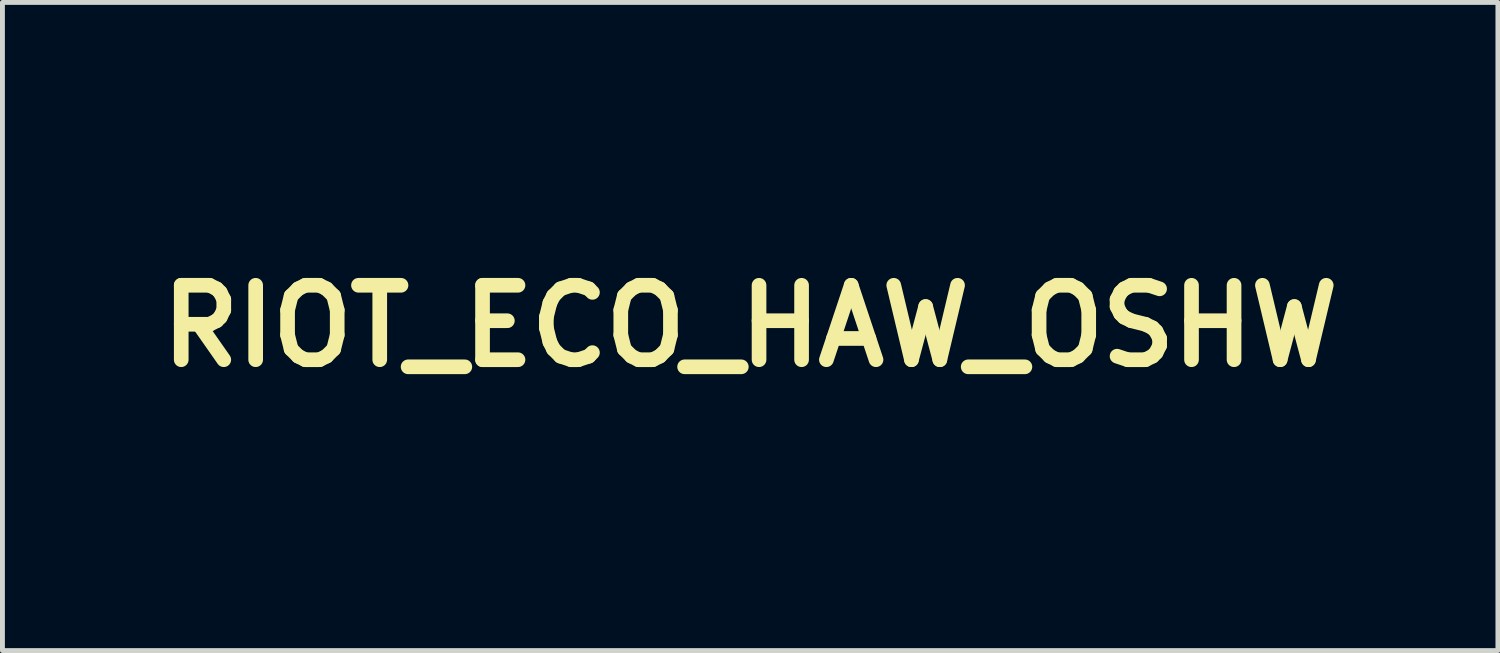
<source format=kicad_pcb>
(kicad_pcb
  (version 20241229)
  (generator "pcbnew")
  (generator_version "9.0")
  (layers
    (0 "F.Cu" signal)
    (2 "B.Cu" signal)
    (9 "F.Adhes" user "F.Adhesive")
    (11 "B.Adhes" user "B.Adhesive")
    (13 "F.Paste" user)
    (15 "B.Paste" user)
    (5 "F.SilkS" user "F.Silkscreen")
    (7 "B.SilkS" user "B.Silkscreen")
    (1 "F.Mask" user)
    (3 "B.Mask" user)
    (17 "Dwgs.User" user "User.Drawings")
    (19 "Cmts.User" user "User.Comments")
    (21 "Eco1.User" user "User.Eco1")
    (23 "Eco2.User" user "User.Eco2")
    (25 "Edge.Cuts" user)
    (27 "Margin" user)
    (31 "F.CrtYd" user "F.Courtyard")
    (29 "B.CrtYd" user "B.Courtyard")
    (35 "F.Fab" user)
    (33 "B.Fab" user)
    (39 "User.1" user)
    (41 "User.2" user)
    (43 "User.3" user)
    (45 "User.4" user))
  (footprint "RIOT_ECO_HAW_OSHW"
    (layer "F.Cu")
    (at 12.308 3.625)
    (property "Reference" "RIOT_ECO_HAW_OSHW" (at 0 0 0) (layer "F.SilkS") (effects (font (size 1.524 1.524) (thickness 0.3))))
    (attr through_hole)
    (fp_poly (pts (xy 1.292 -0.739) (xy 0.29 -0.739) (xy 0.29 -0.831) (xy 1.292 -0.831) (xy 1.292 -0.739)) (stroke (width 0.01) (type solid)) (fill yes) (layer "F.Mask"))
    (fp_poly (pts (xy 1.292 -0.369) (xy 0.29 -0.369) (xy 0.29 -0.462) (xy 1.292 -0.462) (xy 1.292 -0.369)) (stroke (width 0.01) (type solid)) (fill yes) (layer "F.Mask"))
    (fp_poly (pts (xy 1.292 0) (xy 0.29 0) (xy 0.29 -0.092) (xy 1.292 -0.092) (xy 1.292 0)) (stroke (width 0.01) (type solid)) (fill yes) (layer "F.Mask"))
    (fp_poly (pts (xy 1.292 0.369) (xy 0.29 0.369) (xy 0.29 0.277) (xy 1.292 0.277) (xy 1.292 0.369)) (stroke (width 0.01) (type solid)) (fill yes) (layer "F.Mask"))
    (fp_poly (pts (xy 1.662 -0.554) (xy 0.659 -0.554) (xy 0.659 -0.646) (xy 1.662 -0.646) (xy 1.662 -0.554)) (stroke (width 0.01) (type solid)) (fill yes) (layer "F.Mask"))
    (fp_poly (pts (xy 1.662 -0.185) (xy 0.659 -0.185) (xy 0.659 -0.277) (xy 1.662 -0.277) (xy 1.662 -0.185)) (stroke (width 0.01) (type solid)) (fill yes) (layer "F.Mask"))
    (fp_poly (pts (xy 1.662 0.185) (xy 0.659 0.185) (xy 0.659 0.092) (xy 1.662 0.092) (xy 1.662 0.185)) (stroke (width 0.01) (type solid)) (fill yes) (layer "F.Mask"))
    (fp_poly (pts (xy 1.662 0.554) (xy 0.659 0.554) (xy 0.659 0.462) (xy 1.662 0.462) (xy 1.662 0.554)) (stroke (width 0.01) (type solid)) (fill yes) (layer "F.Mask"))
    (fp_poly (pts (xy 2.126 -0.003) (xy 2.13 0.086) (xy 2.219 0.09) (xy 2.308 0.094) (xy 2.308 -0.092) (xy 2.413 -0.092) (xy 2.413 0.369) (xy 2.308 0.369) (xy 2.308 0.171) (xy 2.123 0.171) (xy 2.123 0.369) (xy 2.031 0.369) (xy 2.031 -0.092) (xy 2.122 -0.092) (xy 2.126 -0.003)) (stroke (width 0.01) (type solid)) (fill yes) (layer "F.Mask"))
    (fp_poly (pts (xy 2.413 -0.369) (xy 2.308 -0.369) (xy 2.308 -0.567) (xy 2.123 -0.567) (xy 2.123 -0.369) (xy 2.031 -0.369) (xy 2.031 -0.831) (xy 2.122 -0.831) (xy 2.126 -0.742) (xy 2.13 -0.653) (xy 2.218 -0.649) (xy 2.307 -0.645) (xy 2.314 -0.824) (xy 2.364 -0.828) (xy 2.413 -0.832) (xy 2.413 -0.369)) (stroke (width 0.01) (type solid)) (fill yes) (layer "F.Mask"))
    (fp_poly (pts (xy 1.253 3.238) (xy 1.278 3.27) (xy 1.31 3.314) (xy 1.342 3.366) (xy 1.374 3.418) (xy 1.4 3.466) (xy 1.418 3.504) (xy 1.424 3.526) (xy 1.418 3.557) (xy 1.408 3.571) (xy 1.38 3.585) (xy 1.346 3.584) (xy 1.322 3.571) (xy 1.305 3.545) (xy 1.281 3.504) (xy 1.254 3.454) (xy 1.227 3.4) (xy 1.203 3.349) (xy 1.184 3.307) (xy 1.175 3.28) (xy 1.174 3.274) (xy 1.184 3.242) (xy 1.209 3.223) (xy 1.236 3.223) (xy 1.253 3.238)) (stroke (width 0.01) (type solid)) (fill yes) (layer "F.Mask"))
    (fp_poly (pts (xy -5.565 -0.046) (xy -5.749 -0.051) (xy -5.933 -0.056) (xy -5.941 -0.011) (xy -5.945 0.024) (xy -5.946 0.075) (xy -5.945 0.131) (xy -5.945 0.137) (xy -5.941 0.241) (xy -5.789 0.238) (xy -5.636 0.236) (xy -5.641 0.28) (xy -5.647 0.323) (xy -5.797 0.318) (xy -5.948 0.314) (xy -5.948 0.457) (xy -5.947 0.519) (xy -5.945 0.574) (xy -5.942 0.615) (xy -5.939 0.632) (xy -5.93 0.663) (xy -5.741 0.655) (xy -5.552 0.647) (xy -5.552 0.752) (xy -6.126 0.752) (xy -6.126 -0.138) (xy -5.565 -0.138) (xy -5.565 -0.046)) (stroke (width 0.01) (type solid)) (fill yes) (layer "F.Mask"))
    (fp_poly (pts (xy 2.552 3.02) (xy 2.549 3.041) (xy 2.535 3.052) (xy 2.503 3.057) (xy 2.496 3.057) (xy 2.44 3.061) (xy 2.44 3.308) (xy 2.439 3.407) (xy 2.437 3.48) (xy 2.434 3.531) (xy 2.429 3.562) (xy 2.424 3.571) (xy 2.403 3.586) (xy 2.382 3.579) (xy 2.368 3.566) (xy 2.361 3.555) (xy 2.355 3.536) (xy 2.351 3.505) (xy 2.349 3.459) (xy 2.348 3.394) (xy 2.347 3.306) (xy 2.347 3.061) (xy 2.298 3.057) (xy 2.265 3.052) (xy 2.251 3.04) (xy 2.249 3.02) (xy 2.249 2.987) (xy 2.552 2.987) (xy 2.552 3.02)) (stroke (width 0.01) (type solid)) (fill yes) (layer "F.Mask"))
    (fp_poly (pts (xy 1.66 2.973) (xy 1.672 2.983) (xy 1.678 2.998) (xy 1.683 3.032) (xy 1.686 3.087) (xy 1.687 3.163) (xy 1.688 3.264) (xy 1.688 3.277) (xy 1.688 3.381) (xy 1.686 3.46) (xy 1.683 3.517) (xy 1.679 3.553) (xy 1.673 3.57) (xy 1.672 3.571) (xy 1.651 3.586) (xy 1.63 3.579) (xy 1.616 3.566) (xy 1.609 3.556) (xy 1.604 3.537) (xy 1.6 3.508) (xy 1.598 3.464) (xy 1.596 3.403) (xy 1.596 3.32) (xy 1.596 3.277) (xy 1.596 3.184) (xy 1.597 3.114) (xy 1.599 3.063) (xy 1.602 3.028) (xy 1.607 3.005) (xy 1.613 2.992) (xy 1.616 2.988) (xy 1.641 2.97) (xy 1.66 2.973)) (stroke (width 0.01) (type solid)) (fill yes) (layer "F.Mask"))
    (fp_poly (pts (xy 3.168 -0.09) (xy 3.236 -0.086) (xy 3.29 0.086) (xy 3.31 0.147) (xy 3.328 0.196) (xy 3.342 0.23) (xy 3.35 0.244) (xy 3.352 0.244) (xy 3.358 0.227) (xy 3.371 0.19) (xy 3.388 0.138) (xy 3.407 0.077) (xy 3.41 0.069) (xy 3.46 -0.094) (xy 3.527 -0.09) (xy 3.594 -0.086) (xy 3.594 0.363) (xy 3.551 0.367) (xy 3.508 0.371) (xy 3.506 0.007) (xy 3.447 0.188) (xy 3.388 0.369) (xy 3.299 0.369) (xy 3.258 0.234) (xy 3.233 0.153) (xy 3.215 0.095) (xy 3.202 0.055) (xy 3.194 0.03) (xy 3.19 0.017) (xy 3.187 0.013) (xy 3.187 0.013) (xy 3.187 0.026) (xy 3.187 0.059) (xy 3.187 0.11) (xy 3.189 0.173) (xy 3.189 0.191) (xy 3.194 0.369) (xy 3.099 0.369) (xy 3.099 -0.094) (xy 3.168 -0.09)) (stroke (width 0.01) (type solid)) (fill yes) (layer "F.Mask"))
    (fp_poly (pts (xy 4.352 0.077) (xy 4.353 0.157) (xy 4.357 0.214) (xy 4.366 0.253) (xy 4.381 0.276) (xy 4.404 0.287) (xy 4.435 0.29) (xy 4.44 0.29) (xy 4.473 0.288) (xy 4.498 0.279) (xy 4.514 0.26) (xy 4.524 0.227) (xy 4.53 0.176) (xy 4.534 0.103) (xy 4.534 0.08) (xy 4.539 -0.092) (xy 4.629 -0.092) (xy 4.629 0.08) (xy 4.628 0.165) (xy 4.623 0.229) (xy 4.614 0.274) (xy 4.599 0.307) (xy 4.576 0.33) (xy 4.545 0.348) (xy 4.545 0.348) (xy 4.486 0.365) (xy 4.42 0.368) (xy 4.359 0.357) (xy 4.33 0.344) (xy 4.298 0.319) (xy 4.275 0.294) (xy 4.274 0.292) (xy 4.268 0.269) (xy 4.264 0.224) (xy 4.261 0.165) (xy 4.26 0.095) (xy 4.26 0.087) (xy 4.26 -0.092) (xy 4.352 -0.092) (xy 4.352 0.077)) (stroke (width 0.01) (type solid)) (fill yes) (layer "F.Mask"))
    (fp_poly (pts (xy 2.844 -0.748) (xy 2.86 -0.701) (xy 2.882 -0.639) (xy 2.906 -0.569) (xy 2.925 -0.517) (xy 2.978 -0.368) (xy 2.924 -0.372) (xy 2.888 -0.376) (xy 2.87 -0.388) (xy 2.86 -0.415) (xy 2.858 -0.425) (xy 2.846 -0.475) (xy 2.667 -0.475) (xy 2.655 -0.425) (xy 2.645 -0.394) (xy 2.63 -0.379) (xy 2.6 -0.373) (xy 2.589 -0.372) (xy 2.535 -0.368) (xy 2.594 -0.537) (xy 2.605 -0.567) (xy 2.704 -0.567) (xy 2.715 -0.559) (xy 2.744 -0.554) (xy 2.756 -0.554) (xy 2.789 -0.557) (xy 2.808 -0.564) (xy 2.809 -0.567) (xy 2.806 -0.591) (xy 2.797 -0.627) (xy 2.785 -0.667) (xy 2.772 -0.705) (xy 2.762 -0.731) (xy 2.756 -0.739) (xy 2.749 -0.727) (xy 2.738 -0.698) (xy 2.725 -0.659) (xy 2.714 -0.619) (xy 2.706 -0.585) (xy 2.704 -0.567) (xy 2.605 -0.567) (xy 2.618 -0.605) (xy 2.641 -0.671) (xy 2.661 -0.727) (xy 2.674 -0.765) (xy 2.675 -0.768) (xy 2.695 -0.831) (xy 2.817 -0.831) (xy 2.844 -0.748)) (stroke (width 0.01) (type solid)) (fill yes) (layer "F.Mask"))
    (fp_poly (pts (xy 2.838 -0.03) (xy 2.85 0.007) (xy 2.869 0.061) (xy 2.892 0.126) (xy 2.916 0.195) (xy 2.919 0.201) (xy 2.979 0.369) (xy 2.927 0.369) (xy 2.894 0.367) (xy 2.876 0.356) (xy 2.864 0.329) (xy 2.86 0.317) (xy 2.844 0.264) (xy 2.668 0.264) (xy 2.652 0.317) (xy 2.64 0.35) (xy 2.625 0.365) (xy 2.598 0.369) (xy 2.585 0.369) (xy 2.534 0.369) (xy 2.594 0.201) (xy 2.607 0.165) (xy 2.704 0.165) (xy 2.715 0.169) (xy 2.744 0.171) (xy 2.756 0.171) (xy 2.789 0.169) (xy 2.808 0.164) (xy 2.809 0.162) (xy 2.805 0.14) (xy 2.796 0.105) (xy 2.784 0.066) (xy 2.771 0.03) (xy 2.761 0.006) (xy 2.757 0) (xy 2.75 0.011) (xy 2.739 0.04) (xy 2.726 0.078) (xy 2.714 0.117) (xy 2.706 0.15) (xy 2.704 0.165) (xy 2.607 0.165) (xy 2.618 0.133) (xy 2.641 0.067) (xy 2.661 0.011) (xy 2.674 -0.027) (xy 2.675 -0.03) (xy 2.695 -0.092) (xy 2.817 -0.092) (xy 2.838 -0.03)) (stroke (width 0.01) (type solid)) (fill yes) (layer "F.Mask"))
    (fp_poly (pts (xy 4.98 -0.086) (xy 5.044 -0.066) (xy 5.089 -0.033) (xy 5.098 -0.021) (xy 5.114 0.026) (xy 5.109 0.077) (xy 5.086 0.125) (xy 5.07 0.142) (xy 5.035 0.173) (xy 5.096 0.264) (xy 5.124 0.307) (xy 5.145 0.341) (xy 5.156 0.36) (xy 5.156 0.363) (xy 5.145 0.367) (xy 5.116 0.369) (xy 5.107 0.369) (xy 5.081 0.368) (xy 5.062 0.36) (xy 5.044 0.342) (xy 5.021 0.309) (xy 5.004 0.28) (xy 4.969 0.228) (xy 4.942 0.198) (xy 4.925 0.191) (xy 4.911 0.194) (xy 4.903 0.207) (xy 4.898 0.236) (xy 4.895 0.28) (xy 4.892 0.369) (xy 4.8 0.369) (xy 4.8 0.044) (xy 4.893 0.044) (xy 4.895 0.081) (xy 4.9 0.106) (xy 4.902 0.11) (xy 4.923 0.115) (xy 4.955 0.11) (xy 4.987 0.098) (xy 5.008 0.082) (xy 5.022 0.06) (xy 5.025 0.05) (xy 5.013 0.027) (xy 4.986 0.005) (xy 4.952 -0.01) (xy 4.932 -0.013) (xy 4.908 -0.011) (xy 4.896 -0.001) (xy 4.893 0.025) (xy 4.893 0.044) (xy 4.8 0.044) (xy 4.8 -0.092) (xy 4.893 -0.092) (xy 4.98 -0.086)) (stroke (width 0.01) (type solid)) (fill yes) (layer "F.Mask"))
    (fp_poly (pts (xy 3.867 -0.092) (xy 3.953 -0.088) (xy 4.018 -0.076) (xy 4.06 -0.056) (xy 4.075 -0.04) (xy 4.087 0.002) (xy 4.087 0.047) (xy 4.074 0.087) (xy 4.063 0.101) (xy 4.046 0.117) (xy 4.048 0.13) (xy 4.069 0.148) (xy 4.095 0.183) (xy 4.104 0.23) (xy 4.096 0.278) (xy 4.072 0.318) (xy 4.068 0.322) (xy 4.038 0.344) (xy 4 0.359) (xy 3.948 0.366) (xy 3.876 0.369) (xy 3.862 0.369) (xy 3.772 0.369) (xy 3.772 0.171) (xy 3.864 0.171) (xy 3.864 0.29) (xy 3.912 0.29) (xy 3.952 0.284) (xy 3.983 0.27) (xy 3.985 0.268) (xy 4.008 0.236) (xy 4.007 0.207) (xy 3.985 0.185) (xy 3.943 0.173) (xy 3.921 0.171) (xy 3.864 0.171) (xy 3.772 0.171) (xy 3.772 0.04) (xy 3.864 0.04) (xy 3.866 0.073) (xy 3.874 0.088) (xy 3.895 0.092) (xy 3.905 0.092) (xy 3.943 0.088) (xy 3.97 0.079) (xy 3.992 0.055) (xy 3.993 0.023) (xy 3.98 0.003) (xy 3.957 -0.008) (xy 3.921 -0.013) (xy 3.914 -0.013) (xy 3.882 -0.012) (xy 3.868 -0.003) (xy 3.864 0.022) (xy 3.864 0.04) (xy 3.772 0.04) (xy 3.772 -0.092) (xy 3.867 -0.092)) (stroke (width 0.01) (type solid)) (fill yes) (layer "F.Mask"))
    (fp_poly (pts (xy 3.335 -0.828) (xy 3.382 -0.824) (xy 3.423 -0.662) (xy 3.439 -0.601) (xy 3.454 -0.549) (xy 3.465 -0.512) (xy 3.471 -0.494) (xy 3.471 -0.494) (xy 3.477 -0.501) (xy 3.484 -0.526) (xy 3.486 -0.535) (xy 3.492 -0.57) (xy 3.503 -0.621) (xy 3.516 -0.681) (xy 3.522 -0.707) (xy 3.551 -0.831) (xy 3.595 -0.831) (xy 3.625 -0.828) (xy 3.64 -0.822) (xy 3.64 -0.821) (xy 3.637 -0.806) (xy 3.629 -0.769) (xy 3.616 -0.715) (xy 3.599 -0.65) (xy 3.584 -0.59) (xy 3.528 -0.369) (xy 3.42 -0.369) (xy 3.384 -0.511) (xy 3.368 -0.571) (xy 3.354 -0.623) (xy 3.344 -0.66) (xy 3.339 -0.676) (xy 3.332 -0.674) (xy 3.322 -0.648) (xy 3.308 -0.6) (xy 3.291 -0.534) (xy 3.253 -0.369) (xy 3.143 -0.369) (xy 3.088 -0.579) (xy 3.07 -0.65) (xy 3.054 -0.715) (xy 3.042 -0.766) (xy 3.035 -0.8) (xy 3.033 -0.81) (xy 3.04 -0.826) (xy 3.063 -0.829) (xy 3.075 -0.828) (xy 3.092 -0.827) (xy 3.104 -0.823) (xy 3.114 -0.813) (xy 3.124 -0.794) (xy 3.134 -0.761) (xy 3.146 -0.712) (xy 3.162 -0.642) (xy 3.171 -0.603) (xy 3.2 -0.474) (xy 3.244 -0.653) (xy 3.289 -0.832) (xy 3.335 -0.828)) (stroke (width 0.01) (type solid)) (fill yes) (layer "F.Mask"))
    (fp_poly (pts (xy 5.544 -0.085) (xy 5.585 -0.082) (xy 5.609 -0.078) (xy 5.612 -0.076) (xy 5.616 -0.058) (xy 5.613 -0.034) (xy 5.606 -0.015) (xy 5.593 -0.006) (xy 5.566 -0.006) (xy 5.54 -0.009) (xy 5.494 -0.012) (xy 5.453 -0.01) (xy 5.441 -0.008) (xy 5.404 0.014) (xy 5.376 0.054) (xy 5.359 0.106) (xy 5.355 0.163) (xy 5.366 0.218) (xy 5.374 0.236) (xy 5.394 0.267) (xy 5.422 0.283) (xy 5.465 0.29) (xy 5.488 0.29) (xy 5.541 0.29) (xy 5.536 0.241) (xy 5.531 0.208) (xy 5.519 0.193) (xy 5.491 0.187) (xy 5.489 0.187) (xy 5.46 0.181) (xy 5.448 0.166) (xy 5.447 0.144) (xy 5.447 0.106) (xy 5.631 0.106) (xy 5.631 0.223) (xy 5.629 0.29) (xy 5.624 0.333) (xy 5.616 0.351) (xy 5.595 0.356) (xy 5.557 0.361) (xy 5.507 0.365) (xy 5.5 0.366) (xy 5.44 0.367) (xy 5.397 0.362) (xy 5.363 0.351) (xy 5.355 0.347) (xy 5.306 0.31) (xy 5.275 0.259) (xy 5.259 0.189) (xy 5.257 0.147) (xy 5.263 0.068) (xy 5.286 0.006) (xy 5.328 -0.044) (xy 5.345 -0.058) (xy 5.369 -0.072) (xy 5.398 -0.081) (xy 5.44 -0.085) (xy 5.493 -0.086) (xy 5.544 -0.085)) (stroke (width 0.01) (type solid)) (fill yes) (layer "F.Mask"))
    (fp_poly (pts (xy 2.029 2.979) (xy 2.035 2.982) (xy 2.073 2.997) (xy 2.101 3.016) (xy 2.12 3.043) (xy 2.133 3.08) (xy 2.14 3.133) (xy 2.143 3.206) (xy 2.143 3.275) (xy 2.142 3.365) (xy 2.139 3.432) (xy 2.131 3.481) (xy 2.118 3.516) (xy 2.099 3.54) (xy 2.072 3.558) (xy 2.05 3.568) (xy 2.01 3.583) (xy 1.979 3.585) (xy 1.945 3.573) (xy 1.925 3.564) (xy 1.891 3.543) (xy 1.866 3.515) (xy 1.85 3.477) (xy 1.839 3.424) (xy 1.834 3.352) (xy 1.833 3.277) (xy 1.833 3.275) (xy 1.925 3.275) (xy 1.926 3.349) (xy 1.928 3.4) (xy 1.932 3.435) (xy 1.939 3.457) (xy 1.947 3.471) (xy 1.98 3.492) (xy 2.013 3.488) (xy 2.037 3.465) (xy 2.046 3.445) (xy 2.052 3.414) (xy 2.056 3.366) (xy 2.057 3.298) (xy 2.057 3.277) (xy 2.056 3.203) (xy 2.054 3.151) (xy 2.048 3.116) (xy 2.04 3.093) (xy 2.037 3.089) (xy 2.008 3.064) (xy 1.975 3.064) (xy 1.95 3.081) (xy 1.94 3.094) (xy 1.933 3.112) (xy 1.928 3.14) (xy 1.926 3.185) (xy 1.925 3.249) (xy 1.925 3.275) (xy 1.833 3.275) (xy 1.835 3.188) (xy 1.84 3.121) (xy 1.851 3.071) (xy 1.869 3.035) (xy 1.896 3.009) (xy 1.931 2.988) (xy 1.967 2.973) (xy 1.995 2.97) (xy 2.029 2.979)) (stroke (width 0.01) (type solid)) (fill yes) (layer "F.Mask"))
    (fp_poly (pts (xy -3.8 -0.146) (xy -3.735 -0.138) (xy -3.674 -0.128) (xy -3.623 -0.115) (xy -3.586 -0.102) (xy -3.568 -0.088) (xy -3.568 -0.086) (xy -3.572 -0.032) (xy -3.58 0.019) (xy -3.59 0.061) (xy -3.601 0.087) (xy -3.608 0.092) (xy -3.625 0.085) (xy -3.627 0.08) (xy -3.637 0.057) (xy -3.663 0.026) (xy -3.698 -0.007) (xy -3.736 -0.034) (xy -3.75 -0.042) (xy -3.817 -0.065) (xy -3.891 -0.072) (xy -3.961 -0.063) (xy -4.013 -0.042) (xy -4.065 0.006) (xy -4.106 0.072) (xy -4.134 0.151) (xy -4.148 0.24) (xy -4.15 0.332) (xy -4.137 0.422) (xy -4.109 0.506) (xy -4.073 0.569) (xy -4.025 0.615) (xy -3.962 0.645) (xy -3.888 0.658) (xy -3.808 0.656) (xy -3.729 0.636) (xy -3.655 0.601) (xy -3.614 0.571) (xy -3.58 0.544) (xy -3.56 0.535) (xy -3.548 0.539) (xy -3.547 0.542) (xy -3.536 0.566) (xy -3.541 0.589) (xy -3.565 0.615) (xy -3.59 0.637) (xy -3.657 0.686) (xy -3.717 0.718) (xy -3.781 0.737) (xy -3.858 0.746) (xy -3.89 0.747) (xy -3.949 0.748) (xy -4.001 0.746) (xy -4.038 0.742) (xy -4.049 0.74) (xy -4.146 0.696) (xy -4.224 0.635) (xy -4.283 0.555) (xy -4.324 0.457) (xy -4.34 0.384) (xy -4.347 0.273) (xy -4.329 0.169) (xy -4.29 0.074) (xy -4.23 -0.008) (xy -4.151 -0.075) (xy -4.065 -0.12) (xy -4.018 -0.136) (xy -3.971 -0.144) (xy -3.913 -0.148) (xy -3.864 -0.149) (xy -3.8 -0.146)) (stroke (width 0.01) (type solid)) (fill yes) (layer "F.Mask"))
    (fp_poly (pts (xy -1.912 -0.148) (xy -1.897 -0.146) (xy -1.789 -0.113) (xy -1.698 -0.06) (xy -1.626 0.01) (xy -1.573 0.098) (xy -1.541 0.2) (xy -1.535 0.238) (xy -1.534 0.351) (xy -1.556 0.456) (xy -1.6 0.549) (xy -1.663 0.628) (xy -1.744 0.691) (xy -1.842 0.735) (xy -1.905 0.751) (xy -1.967 0.76) (xy -2.017 0.763) (xy -2.067 0.758) (xy -2.123 0.747) (xy -2.227 0.711) (xy -2.315 0.657) (xy -2.385 0.585) (xy -2.437 0.5) (xy -2.466 0.403) (xy -2.473 0.299) (xy -2.471 0.282) (xy -2.267 0.282) (xy -2.265 0.329) (xy -2.251 0.44) (xy -2.221 0.53) (xy -2.175 0.6) (xy -2.113 0.649) (xy -2.075 0.666) (xy -1.996 0.684) (xy -1.923 0.678) (xy -1.903 0.672) (xy -1.843 0.635) (xy -1.791 0.574) (xy -1.776 0.547) (xy -1.764 0.523) (xy -1.756 0.496) (xy -1.751 0.463) (xy -1.749 0.416) (xy -1.748 0.351) (xy -1.747 0.317) (xy -1.748 0.244) (xy -1.749 0.191) (xy -1.753 0.152) (xy -1.76 0.122) (xy -1.77 0.093) (xy -1.784 0.063) (xy -1.822 0.001) (xy -1.866 -0.04) (xy -1.921 -0.064) (xy -1.994 -0.072) (xy -2.013 -0.073) (xy -2.07 -0.071) (xy -2.108 -0.064) (xy -2.137 -0.051) (xy -2.145 -0.045) (xy -2.2 0.01) (xy -2.238 0.082) (xy -2.26 0.172) (xy -2.267 0.282) (xy -2.471 0.282) (xy -2.466 0.24) (xy -2.435 0.129) (xy -2.384 0.034) (xy -2.315 -0.043) (xy -2.231 -0.102) (xy -2.135 -0.14) (xy -2.027 -0.156) (xy -1.912 -0.148)) (stroke (width 0.01) (type solid)) (fill yes) (layer "F.Mask"))
    (fp_poly (pts (xy -2.143 2.038) (xy -2.103 2.092) (xy -2.067 2.138) (xy -2.038 2.173) (xy -2.021 2.192) (xy -2.02 2.193) (xy -2.005 2.195) (xy -1.982 2.181) (xy -1.951 2.149) (xy -1.908 2.099) (xy -1.855 2.028) (xy -1.831 1.995) (xy -1.762 1.899) (xy -1.608 1.899) (xy -1.773 2.093) (xy -1.825 2.153) (xy -1.869 2.207) (xy -1.905 2.25) (xy -1.929 2.281) (xy -1.939 2.295) (xy -1.939 2.295) (xy -1.931 2.307) (xy -1.91 2.338) (xy -1.877 2.383) (xy -1.835 2.44) (xy -1.787 2.506) (xy -1.761 2.54) (xy -1.711 2.608) (xy -1.668 2.668) (xy -1.633 2.718) (xy -1.61 2.755) (xy -1.599 2.776) (xy -1.6 2.779) (xy -1.62 2.781) (xy -1.659 2.783) (xy -1.707 2.786) (xy -1.71 2.786) (xy -1.759 2.787) (xy -1.79 2.786) (xy -1.807 2.778) (xy -1.82 2.763) (xy -1.826 2.753) (xy -1.843 2.728) (xy -1.871 2.688) (xy -1.907 2.638) (xy -1.947 2.583) (xy -1.948 2.582) (xy -2.048 2.448) (xy -2.079 2.487) (xy -2.1 2.514) (xy -2.131 2.556) (xy -2.168 2.607) (xy -2.193 2.642) (xy -2.228 2.691) (xy -2.258 2.733) (xy -2.28 2.763) (xy -2.288 2.774) (xy -2.311 2.783) (xy -2.357 2.784) (xy -2.372 2.783) (xy -2.443 2.776) (xy -2.11 2.361) (xy -2.277 2.146) (xy -2.328 2.081) (xy -2.374 2.022) (xy -2.412 1.973) (xy -2.44 1.937) (xy -2.455 1.917) (xy -2.456 1.916) (xy -2.457 1.907) (xy -2.442 1.902) (xy -2.407 1.9) (xy -2.359 1.899) (xy -2.248 1.899) (xy -2.143 2.038)) (stroke (width 0.01) (type solid)) (fill yes) (layer "F.Mask"))
    (fp_poly (pts (xy -2.048 -2.175) (xy -1.973 -2.171) (xy -1.916 -2.163) (xy -1.871 -2.15) (xy -1.833 -2.13) (xy -1.8 -2.104) (xy -1.791 -2.096) (xy -1.761 -2.064) (xy -1.746 -2.037) (xy -1.741 -2.001) (xy -1.741 -1.984) (xy -1.752 -1.912) (xy -1.784 -1.851) (xy -1.826 -1.813) (xy -1.859 -1.791) (xy -1.792 -1.758) (xy -1.725 -1.713) (xy -1.681 -1.656) (xy -1.66 -1.586) (xy -1.658 -1.55) (xy -1.668 -1.476) (xy -1.698 -1.416) (xy -1.751 -1.367) (xy -1.803 -1.337) (xy -1.832 -1.323) (xy -1.857 -1.313) (xy -1.885 -1.306) (xy -1.92 -1.301) (xy -1.967 -1.298) (xy -2.03 -1.296) (xy -2.11 -1.295) (xy -2.341 -1.29) (xy -2.341 -1.564) (xy -2.163 -1.564) (xy -2.163 -1.492) (xy -2.162 -1.442) (xy -2.159 -1.409) (xy -2.154 -1.39) (xy -2.147 -1.379) (xy -2.136 -1.373) (xy -2.133 -1.372) (xy -2.086 -1.362) (xy -2.025 -1.36) (xy -1.964 -1.368) (xy -1.949 -1.372) (xy -1.895 -1.398) (xy -1.861 -1.442) (xy -1.847 -1.502) (xy -1.846 -1.518) (xy -1.854 -1.589) (xy -1.875 -1.65) (xy -1.907 -1.694) (xy -1.929 -1.709) (xy -1.962 -1.721) (xy -2.011 -1.731) (xy -2.065 -1.737) (xy -2.065 -1.737) (xy -2.163 -1.745) (xy -2.163 -1.564) (xy -2.341 -1.564) (xy -2.341 -1.943) (xy -2.163 -1.943) (xy -2.163 -1.807) (xy -2.083 -1.807) (xy -2.032 -1.81) (xy -1.987 -1.818) (xy -1.966 -1.826) (xy -1.937 -1.848) (xy -1.921 -1.88) (xy -1.913 -1.929) (xy -1.912 -1.961) (xy -1.92 -2.028) (xy -1.945 -2.074) (xy -1.974 -2.095) (xy -2.01 -2.105) (xy -2.055 -2.109) (xy -2.1 -2.108) (xy -2.135 -2.101) (xy -2.147 -2.094) (xy -2.155 -2.072) (xy -2.161 -2.024) (xy -2.163 -1.954) (xy -2.163 -1.943) (xy -2.341 -1.943) (xy -2.341 -2.176) (xy -2.145 -2.176) (xy -2.048 -2.175)) (stroke (width 0.01) (type solid)) (fill yes) (layer "F.Mask"))
    (fp_poly (pts (xy 1.228 2.508) (xy 1.304 2.525) (xy 1.366 2.561) (xy 1.414 2.613) (xy 1.447 2.676) (xy 1.462 2.747) (xy 1.461 2.821) (xy 1.44 2.895) (xy 1.4 2.965) (xy 1.356 3.014) (xy 1.299 3.058) (xy 1.243 3.089) (xy 1.191 3.106) (xy 1.148 3.11) (xy 1.115 3.099) (xy 1.098 3.073) (xy 1.097 3.044) (xy 1.109 3.02) (xy 1.141 2.995) (xy 1.17 2.98) (xy 1.246 2.935) (xy 1.301 2.882) (xy 1.333 2.825) (xy 1.342 2.765) (xy 1.339 2.744) (xy 1.317 2.697) (xy 1.278 2.657) (xy 1.232 2.632) (xy 1.226 2.631) (xy 1.179 2.632) (xy 1.127 2.65) (xy 1.078 2.68) (xy 1.042 2.718) (xy 1.042 2.719) (xy 1.033 2.734) (xy 1.027 2.75) (xy 1.022 2.771) (xy 1.019 2.8) (xy 1.017 2.84) (xy 1.017 2.896) (xy 1.017 2.971) (xy 1.018 3.068) (xy 1.018 3.093) (xy 1.019 3.195) (xy 1.02 3.274) (xy 1.019 3.334) (xy 1.018 3.378) (xy 1.015 3.41) (xy 1.011 3.434) (xy 1.004 3.453) (xy 0.996 3.47) (xy 0.993 3.476) (xy 0.942 3.547) (xy 0.877 3.599) (xy 0.802 3.63) (xy 0.721 3.639) (xy 0.64 3.624) (xy 0.565 3.586) (xy 0.511 3.53) (xy 0.477 3.459) (xy 0.463 3.372) (xy 0.464 3.337) (xy 0.481 3.244) (xy 0.519 3.166) (xy 0.579 3.103) (xy 0.61 3.081) (xy 0.664 3.055) (xy 0.717 3.039) (xy 0.763 3.035) (xy 0.796 3.045) (xy 0.803 3.051) (xy 0.815 3.081) (xy 0.803 3.11) (xy 0.77 3.132) (xy 0.748 3.14) (xy 0.674 3.17) (xy 0.621 3.216) (xy 0.592 3.263) (xy 0.571 3.33) (xy 0.572 3.39) (xy 0.587 3.434) (xy 0.622 3.481) (xy 0.671 3.51) (xy 0.726 3.52) (xy 0.783 3.512) (xy 0.835 3.486) (xy 0.876 3.441) (xy 0.878 3.439) (xy 0.887 3.42) (xy 0.894 3.4) (xy 0.898 3.372) (xy 0.9 3.334) (xy 0.899 3.279) (xy 0.897 3.203) (xy 0.897 3.191) (xy 0.893 3.069) (xy 0.891 2.969) (xy 0.89 2.89) (xy 0.891 2.828) (xy 0.894 2.78) (xy 0.899 2.744) (xy 0.906 2.715) (xy 0.915 2.691) (xy 0.92 2.682) (xy 0.957 2.628) (xy 1.008 2.577) (xy 1.064 2.537) (xy 1.105 2.518) (xy 1.144 2.51) (xy 1.195 2.507) (xy 1.228 2.508)) (stroke (width 0.01) (type solid)) (fill yes) (layer "F.Mask"))
    (fp_poly (pts (xy 1.809 -3.101) (xy 1.896 -3.066) (xy 1.983 -3.031) (xy 2.081 -3.098) (xy 2.125 -3.128) (xy 2.161 -3.151) (xy 2.183 -3.164) (xy 2.188 -3.165) (xy 2.2 -3.156) (xy 2.227 -3.133) (xy 2.262 -3.099) (xy 2.28 -3.081) (xy 2.363 -2.997) (xy 2.293 -2.897) (xy 2.224 -2.796) (xy 2.263 -2.708) (xy 2.302 -2.619) (xy 2.387 -2.602) (xy 2.45 -2.59) (xy 2.492 -2.581) (xy 2.516 -2.569) (xy 2.528 -2.551) (xy 2.532 -2.521) (xy 2.532 -2.476) (xy 2.532 -2.447) (xy 2.532 -2.323) (xy 2.436 -2.308) (xy 2.386 -2.298) (xy 2.345 -2.289) (xy 2.32 -2.281) (xy 2.319 -2.28) (xy 2.304 -2.263) (xy 2.284 -2.228) (xy 2.264 -2.184) (xy 2.263 -2.183) (xy 2.229 -2.096) (xy 2.294 -2) (xy 2.359 -1.903) (xy 2.183 -1.73) (xy 2.09 -1.793) (xy 1.998 -1.856) (xy 1.95 -1.832) (xy 1.902 -1.808) (xy 1.738 -2.204) (xy 1.79 -2.249) (xy 1.846 -2.31) (xy 1.878 -2.379) (xy 1.886 -2.445) (xy 1.876 -2.523) (xy 1.845 -2.588) (xy 1.802 -2.634) (xy 1.737 -2.676) (xy 1.666 -2.695) (xy 1.594 -2.693) (xy 1.526 -2.671) (xy 1.467 -2.63) (xy 1.422 -2.571) (xy 1.399 -2.516) (xy 1.389 -2.437) (xy 1.405 -2.364) (xy 1.446 -2.296) (xy 1.49 -2.252) (xy 1.544 -2.206) (xy 1.465 -2.018) (xy 1.437 -1.953) (xy 1.413 -1.897) (xy 1.394 -1.853) (xy 1.382 -1.828) (xy 1.379 -1.823) (xy 1.363 -1.823) (xy 1.334 -1.833) (xy 1.326 -1.837) (xy 1.281 -1.858) (xy 1.188 -1.793) (xy 1.146 -1.763) (xy 1.113 -1.741) (xy 1.094 -1.729) (xy 1.091 -1.728) (xy 1.081 -1.736) (xy 1.056 -1.76) (xy 1.022 -1.794) (xy 1.003 -1.813) (xy 0.918 -1.898) (xy 0.98 -1.991) (xy 1.009 -2.035) (xy 1.03 -2.073) (xy 1.041 -2.098) (xy 1.042 -2.102) (xy 1.037 -2.124) (xy 1.025 -2.16) (xy 1.008 -2.203) (xy 0.992 -2.242) (xy 0.978 -2.268) (xy 0.975 -2.273) (xy 0.959 -2.28) (xy 0.923 -2.29) (xy 0.875 -2.302) (xy 0.856 -2.306) (xy 0.745 -2.328) (xy 0.741 -2.45) (xy 0.74 -2.503) (xy 0.74 -2.544) (xy 0.741 -2.568) (xy 0.741 -2.572) (xy 0.755 -2.575) (xy 0.789 -2.581) (xy 0.836 -2.59) (xy 0.863 -2.595) (xy 0.981 -2.618) (xy 1.019 -2.705) (xy 1.058 -2.793) (xy 0.989 -2.895) (xy 0.92 -2.997) (xy 1.094 -3.171) (xy 1.299 -3.031) (xy 1.371 -3.06) (xy 1.421 -3.082) (xy 1.452 -3.099) (xy 1.469 -3.117) (xy 1.478 -3.141) (xy 1.483 -3.162) (xy 1.49 -3.205) (xy 1.5 -3.257) (xy 1.505 -3.281) (xy 1.518 -3.35) (xy 1.764 -3.35) (xy 1.809 -3.101)) (stroke (width 0.01) (type solid)) (fill yes) (layer "F.Mask"))
    (fp_poly (pts (xy -1.958 -2.595) (xy -1.813 -2.594) (xy -1.691 -2.593) (xy -1.59 -2.592) (xy -1.509 -2.591) (xy -1.445 -2.59) (xy -1.395 -2.588) (xy -1.358 -2.585) (xy -1.33 -2.582) (xy -1.309 -2.578) (xy -1.293 -2.573) (xy -1.279 -2.568) (xy -1.273 -2.564) (xy -1.221 -2.524) (xy -1.19 -2.479) (xy -1.16 -2.42) (xy -1.163 -1.688) (xy -1.164 -1.523) (xy -1.165 -1.383) (xy -1.166 -1.265) (xy -1.168 -1.167) (xy -1.17 -1.088) (xy -1.173 -1.024) (xy -1.178 -0.975) (xy -1.184 -0.938) (xy -1.192 -0.91) (xy -1.202 -0.891) (xy -1.214 -0.877) (xy -1.229 -0.868) (xy -1.246 -0.86) (xy -1.266 -0.852) (xy -1.281 -0.847) (xy -1.3 -0.843) (xy -1.327 -0.84) (xy -1.362 -0.837) (xy -1.409 -0.835) (xy -1.47 -0.833) (xy -1.548 -0.832) (xy -1.643 -0.832) (xy -1.76 -0.831) (xy -1.9 -0.831) (xy -1.955 -0.831) (xy -2.108 -0.832) (xy -2.236 -0.832) (xy -2.343 -0.833) (xy -2.429 -0.834) (xy -2.498 -0.836) (xy -2.551 -0.839) (xy -2.591 -0.841) (xy -2.62 -0.845) (xy -2.639 -0.849) (xy -2.644 -0.851) (xy -2.699 -0.879) (xy -2.735 -0.922) (xy -2.757 -0.977) (xy -2.76 -1.004) (xy -2.763 -1.057) (xy -2.765 -1.135) (xy -2.766 -1.239) (xy -2.767 -1.367) (xy -2.767 -1.519) (xy -2.767 -1.668) (xy -2.705 -1.668) (xy -2.704 -1.549) (xy -2.703 -1.437) (xy -2.702 -1.332) (xy -2.699 -1.239) (xy -2.696 -1.16) (xy -2.693 -1.099) (xy -2.689 -1.059) (xy -2.685 -1.043) (xy -2.676 -1.028) (xy -2.667 -1.015) (xy -2.654 -1.005) (xy -2.635 -0.997) (xy -2.609 -0.99) (xy -2.573 -0.985) (xy -2.524 -0.982) (xy -2.46 -0.979) (xy -2.38 -0.978) (xy -2.28 -0.977) (xy -2.158 -0.977) (xy -2.012 -0.976) (xy -2.009 -0.976) (xy -1.413 -0.976) (xy -1.376 -1.008) (xy -1.339 -1.04) (xy -1.339 -2.455) (xy -1.382 -2.494) (xy -1.425 -2.532) (xy -1.999 -2.532) (xy -2.146 -2.532) (xy -2.27 -2.532) (xy -2.372 -2.531) (xy -2.454 -2.529) (xy -2.519 -2.526) (xy -2.569 -2.521) (xy -2.606 -2.515) (xy -2.633 -2.507) (xy -2.652 -2.496) (xy -2.666 -2.483) (xy -2.675 -2.467) (xy -2.684 -2.448) (xy -2.684 -2.447) (xy -2.689 -2.423) (xy -2.693 -2.376) (xy -2.696 -2.309) (xy -2.699 -2.226) (xy -2.701 -2.129) (xy -2.703 -2.021) (xy -2.704 -1.907) (xy -2.705 -1.788) (xy -2.705 -1.668) (xy -2.767 -1.668) (xy -2.767 -1.695) (xy -2.767 -1.737) (xy -2.766 -1.892) (xy -2.765 -2.023) (xy -2.764 -2.132) (xy -2.763 -2.221) (xy -2.762 -2.293) (xy -2.76 -2.349) (xy -2.758 -2.392) (xy -2.755 -2.425) (xy -2.752 -2.449) (xy -2.748 -2.466) (xy -2.743 -2.479) (xy -2.738 -2.49) (xy -2.736 -2.493) (xy -2.703 -2.532) (xy -2.655 -2.566) (xy -2.65 -2.569) (xy -2.591 -2.599) (xy -1.958 -2.595)) (stroke (width 0.01) (type solid)) (fill yes) (layer "F.Mask"))
    (fp_poly (pts (xy -1.957 1.493) (xy -1.808 1.494) (xy -1.682 1.495) (xy -1.579 1.496) (xy -1.495 1.497) (xy -1.429 1.498) (xy -1.377 1.5) (xy -1.339 1.502) (xy -1.311 1.505) (xy -1.291 1.509) (xy -1.277 1.513) (xy -1.266 1.518) (xy -1.258 1.524) (xy -1.223 1.555) (xy -1.194 1.588) (xy -1.188 1.596) (xy -1.183 1.606) (xy -1.179 1.62) (xy -1.176 1.639) (xy -1.173 1.666) (xy -1.171 1.703) (xy -1.169 1.753) (xy -1.168 1.817) (xy -1.167 1.897) (xy -1.166 1.996) (xy -1.165 2.116) (xy -1.164 2.259) (xy -1.164 2.353) (xy -1.163 2.519) (xy -1.162 2.661) (xy -1.162 2.78) (xy -1.163 2.879) (xy -1.165 2.961) (xy -1.167 3.026) (xy -1.171 3.077) (xy -1.176 3.116) (xy -1.183 3.146) (xy -1.192 3.168) (xy -1.202 3.184) (xy -1.215 3.197) (xy -1.23 3.208) (xy -1.238 3.214) (xy -1.283 3.244) (xy -1.95 3.243) (xy -2.106 3.243) (xy -2.246 3.242) (xy -2.367 3.241) (xy -2.469 3.239) (xy -2.55 3.237) (xy -2.608 3.234) (xy -2.643 3.231) (xy -2.651 3.229) (xy -2.705 3.196) (xy -2.741 3.144) (xy -2.757 3.094) (xy -2.76 3.064) (xy -2.763 3.011) (xy -2.766 2.936) (xy -2.767 2.836) (xy -2.768 2.712) (xy -2.768 2.563) (xy -2.767 2.388) (xy -2.767 2.325) (xy -2.766 2.171) (xy -2.765 2.042) (xy -2.764 1.934) (xy -2.763 1.846) (xy -2.762 1.776) (xy -2.76 1.721) (xy -2.758 1.679) (xy -2.757 1.667) (xy -2.704 1.667) (xy -2.701 2.349) (xy -2.697 3.031) (xy -2.666 3.064) (xy -2.636 3.089) (xy -2.607 3.103) (xy -2.606 3.103) (xy -2.587 3.104) (xy -2.545 3.106) (xy -2.482 3.107) (xy -2.402 3.108) (xy -2.306 3.109) (xy -2.199 3.11) (xy -2.082 3.11) (xy -2.014 3.111) (xy -1.871 3.111) (xy -1.752 3.111) (xy -1.655 3.11) (xy -1.578 3.109) (xy -1.517 3.107) (xy -1.472 3.105) (xy -1.439 3.102) (xy -1.417 3.098) (xy -1.406 3.094) (xy -1.365 3.065) (xy -1.347 3.033) (xy -1.343 3.011) (xy -1.34 2.968) (xy -1.337 2.903) (xy -1.335 2.816) (xy -1.334 2.705) (xy -1.333 2.57) (xy -1.332 2.41) (xy -1.332 2.329) (xy -1.332 2.179) (xy -1.332 2.053) (xy -1.333 1.948) (xy -1.334 1.863) (xy -1.335 1.796) (xy -1.336 1.743) (xy -1.339 1.703) (xy -1.342 1.673) (xy -1.345 1.652) (xy -1.349 1.636) (xy -1.355 1.623) (xy -1.355 1.622) (xy -1.389 1.579) (xy -1.424 1.56) (xy -1.45 1.556) (xy -1.498 1.552) (xy -1.566 1.55) (xy -1.65 1.547) (xy -1.746 1.545) (xy -1.85 1.544) (xy -1.96 1.544) (xy -2.071 1.544) (xy -2.18 1.544) (xy -2.284 1.545) (xy -2.379 1.547) (xy -2.461 1.55) (xy -2.528 1.553) (xy -2.575 1.556) (xy -2.598 1.56) (xy -2.639 1.584) (xy -2.673 1.62) (xy -2.674 1.621) (xy -2.704 1.667) (xy -2.757 1.667) (xy -2.755 1.648) (xy -2.752 1.626) (xy -2.748 1.61) (xy -2.743 1.599) (xy -2.738 1.59) (xy -2.735 1.587) (xy -2.705 1.554) (xy -2.668 1.522) (xy -2.664 1.52) (xy -2.619 1.49) (xy -1.957 1.493)) (stroke (width 0.01) (type solid)) (fill yes) (layer "F.Mask"))
    (fp_poly (pts (xy -3.179 -0.525) (xy -3.138 -0.499) (xy -3.103 -0.469) (xy -3.093 -0.457) (xy -3.088 -0.449) (xy -3.083 -0.439) (xy -3.079 -0.425) (xy -3.075 -0.406) (xy -3.072 -0.379) (xy -3.07 -0.342) (xy -3.068 -0.293) (xy -3.067 -0.229) (xy -3.066 -0.15) (xy -3.065 -0.051) (xy -3.064 0.067) (xy -3.063 0.209) (xy -3.063 0.325) (xy -3.062 0.485) (xy -3.061 0.622) (xy -3.061 0.736) (xy -3.062 0.83) (xy -3.062 0.906) (xy -3.063 0.967) (xy -3.065 1.014) (xy -3.067 1.049) (xy -3.07 1.076) (xy -3.074 1.095) (xy -3.078 1.109) (xy -3.081 1.116) (xy -3.09 1.136) (xy -3.1 1.152) (xy -3.112 1.166) (xy -3.129 1.178) (xy -3.153 1.187) (xy -3.185 1.194) (xy -3.229 1.199) (xy -3.286 1.203) (xy -3.359 1.205) (xy -3.45 1.207) (xy -3.562 1.208) (xy -3.695 1.208) (xy -3.818 1.209) (xy -3.946 1.209) (xy -4.068 1.209) (xy -4.18 1.208) (xy -4.28 1.207) (xy -4.365 1.206) (xy -4.431 1.205) (xy -4.477 1.203) (xy -4.499 1.201) (xy -4.569 1.176) (xy -4.621 1.131) (xy -4.639 1.104) (xy -4.644 1.094) (xy -4.648 1.08) (xy -4.651 1.061) (xy -4.654 1.034) (xy -4.657 0.999) (xy -4.658 0.951) (xy -4.66 0.89) (xy -4.661 0.813) (xy -4.661 0.717) (xy -4.662 0.602) (xy -4.662 0.464) (xy -4.662 0.33) (xy -4.662 0.167) (xy -4.662 0.028) (xy -4.662 0.005) (xy -4.6 0.005) (xy -4.6 0.159) (xy -4.6 0.328) (xy -4.599 0.477) (xy -4.598 0.602) (xy -4.597 0.704) (xy -4.596 0.788) (xy -4.595 0.853) (xy -4.593 0.904) (xy -4.59 0.942) (xy -4.588 0.969) (xy -4.584 0.988) (xy -4.58 1.001) (xy -4.575 1.01) (xy -4.57 1.016) (xy -4.541 1.041) (xy -4.517 1.056) (xy -4.499 1.058) (xy -4.457 1.06) (xy -4.394 1.062) (xy -4.313 1.064) (xy -4.217 1.065) (xy -4.109 1.066) (xy -3.991 1.067) (xy -3.899 1.067) (xy -3.308 1.068) (xy -3.27 1.03) (xy -3.231 0.991) (xy -3.231 0.304) (xy -3.231 0.145) (xy -3.231 0.011) (xy -3.232 -0.102) (xy -3.233 -0.194) (xy -3.235 -0.269) (xy -3.238 -0.327) (xy -3.242 -0.372) (xy -3.247 -0.406) (xy -3.254 -0.43) (xy -3.262 -0.447) (xy -3.272 -0.459) (xy -3.284 -0.468) (xy -3.296 -0.474) (xy -3.317 -0.478) (xy -3.362 -0.481) (xy -3.433 -0.484) (xy -3.527 -0.486) (xy -3.644 -0.487) (xy -3.784 -0.488) (xy -3.906 -0.488) (xy -4.046 -0.488) (xy -4.162 -0.488) (xy -4.256 -0.487) (xy -4.331 -0.486) (xy -4.39 -0.485) (xy -4.435 -0.483) (xy -4.468 -0.481) (xy -4.492 -0.477) (xy -4.509 -0.473) (xy -4.522 -0.468) (xy -4.533 -0.462) (xy -4.57 -0.427) (xy -4.589 -0.383) (xy -4.593 -0.355) (xy -4.596 -0.303) (xy -4.598 -0.226) (xy -4.6 -0.123) (xy -4.6 0.005) (xy -4.662 0.005) (xy -4.661 -0.089) (xy -4.66 -0.185) (xy -4.659 -0.264) (xy -4.656 -0.327) (xy -4.652 -0.377) (xy -4.646 -0.414) (xy -4.639 -0.443) (xy -4.63 -0.464) (xy -4.619 -0.48) (xy -4.605 -0.493) (xy -4.589 -0.505) (xy -4.573 -0.517) (xy -4.53 -0.547) (xy -3.884 -0.551) (xy -3.238 -0.555) (xy -3.179 -0.525)) (stroke (width 0.01) (type solid)) (fill yes) (layer "F.Mask"))
    (fp_poly (pts (xy -1.831 -0.554) (xy -1.709 -0.554) (xy -1.608 -0.553) (xy -1.527 -0.553) (xy -1.462 -0.552) (xy -1.412 -0.55) (xy -1.373 -0.548) (xy -1.345 -0.545) (xy -1.324 -0.541) (xy -1.307 -0.537) (xy -1.294 -0.531) (xy -1.28 -0.524) (xy -1.28 -0.524) (xy -1.238 -0.498) (xy -1.204 -0.468) (xy -1.194 -0.457) (xy -1.188 -0.449) (xy -1.184 -0.439) (xy -1.179 -0.425) (xy -1.176 -0.406) (xy -1.173 -0.379) (xy -1.171 -0.341) (xy -1.169 -0.292) (xy -1.168 -0.229) (xy -1.167 -0.149) (xy -1.166 -0.051) (xy -1.165 0.068) (xy -1.164 0.21) (xy -1.164 0.321) (xy -1.163 0.48) (xy -1.163 0.615) (xy -1.162 0.728) (xy -1.163 0.822) (xy -1.163 0.897) (xy -1.164 0.957) (xy -1.166 1.003) (xy -1.168 1.038) (xy -1.171 1.064) (xy -1.174 1.082) (xy -1.179 1.096) (xy -1.183 1.107) (xy -1.21 1.145) (xy -1.242 1.178) (xy -1.244 1.179) (xy -1.253 1.186) (xy -1.264 1.191) (xy -1.278 1.195) (xy -1.298 1.199) (xy -1.327 1.201) (xy -1.366 1.204) (xy -1.418 1.205) (xy -1.485 1.207) (xy -1.57 1.208) (xy -1.675 1.208) (xy -1.801 1.209) (xy -1.936 1.21) (xy -2.092 1.21) (xy -2.223 1.21) (xy -2.332 1.21) (xy -2.421 1.209) (xy -2.491 1.208) (xy -2.546 1.206) (xy -2.587 1.203) (xy -2.616 1.2) (xy -2.636 1.196) (xy -2.641 1.195) (xy -2.679 1.178) (xy -2.709 1.161) (xy -2.712 1.159) (xy -2.724 1.148) (xy -2.734 1.136) (xy -2.743 1.121) (xy -2.75 1.1) (xy -2.756 1.071) (xy -2.76 1.033) (xy -2.763 0.983) (xy -2.766 0.919) (xy -2.768 0.839) (xy -2.769 0.741) (xy -2.769 0.622) (xy -2.769 0.481) (xy -2.769 0.333) (xy -2.769 0.1) (xy -2.702 0.1) (xy -2.701 0.265) (xy -2.701 0.325) (xy -2.7 0.474) (xy -2.699 0.599) (xy -2.698 0.702) (xy -2.697 0.786) (xy -2.696 0.852) (xy -2.694 0.903) (xy -2.691 0.941) (xy -2.689 0.969) (xy -2.685 0.988) (xy -2.681 1) (xy -2.676 1.009) (xy -2.671 1.016) (xy -2.642 1.041) (xy -2.618 1.056) (xy -2.597 1.059) (xy -2.553 1.062) (xy -2.49 1.064) (xy -2.411 1.065) (xy -2.319 1.067) (xy -2.217 1.067) (xy -2.109 1.068) (xy -1.999 1.068) (xy -1.888 1.067) (xy -1.782 1.066) (xy -1.682 1.065) (xy -1.593 1.063) (xy -1.517 1.061) (xy -1.459 1.058) (xy -1.421 1.056) (xy -1.407 1.053) (xy -1.394 1.046) (xy -1.383 1.038) (xy -1.373 1.028) (xy -1.366 1.013) (xy -1.36 0.991) (xy -1.355 0.961) (xy -1.352 0.919) (xy -1.349 0.863) (xy -1.348 0.792) (xy -1.347 0.704) (xy -1.346 0.596) (xy -1.346 0.466) (xy -1.346 0.313) (xy -1.346 0.292) (xy -1.345 -0.411) (xy -1.422 -0.488) (xy -2.007 -0.488) (xy -2.147 -0.488) (xy -2.263 -0.488) (xy -2.357 -0.487) (xy -2.432 -0.486) (xy -2.491 -0.485) (xy -2.536 -0.483) (xy -2.569 -0.481) (xy -2.593 -0.477) (xy -2.61 -0.473) (xy -2.623 -0.468) (xy -2.634 -0.462) (xy -2.674 -0.423) (xy -2.69 -0.386) (xy -2.694 -0.362) (xy -2.697 -0.316) (xy -2.699 -0.247) (xy -2.701 -0.156) (xy -2.702 -0.04) (xy -2.702 0.1) (xy -2.769 0.1) (xy -2.769 -0.39) (xy -2.74 -0.448) (xy -2.728 -0.471) (xy -2.717 -0.491) (xy -2.704 -0.507) (xy -2.687 -0.52) (xy -2.664 -0.53) (xy -2.632 -0.538) (xy -2.59 -0.544) (xy -2.535 -0.549) (xy -2.465 -0.551) (xy -2.378 -0.553) (xy -2.271 -0.554) (xy -2.142 -0.554) (xy -1.978 -0.554) (xy -1.831 -0.554)) (stroke (width 0.01) (type solid)) (fill yes) (layer "F.Mask"))
    (fp_poly (pts (xy -5.61 -0.547) (xy -5.484 -0.547) (xy -5.381 -0.547) (xy -5.297 -0.546) (xy -5.23 -0.545) (xy -5.178 -0.544) (xy -5.139 -0.541) (xy -5.11 -0.539) (xy -5.088 -0.535) (xy -5.073 -0.531) (xy -5.06 -0.526) (xy -5.051 -0.521) (xy -5.011 -0.487) (xy -4.977 -0.44) (xy -4.975 -0.435) (xy -4.945 -0.376) (xy -4.948 0.358) (xy -4.949 0.516) (xy -4.95 0.65) (xy -4.951 0.761) (xy -4.952 0.853) (xy -4.953 0.926) (xy -4.955 0.984) (xy -4.957 1.029) (xy -4.959 1.062) (xy -4.962 1.086) (xy -4.966 1.103) (xy -4.97 1.115) (xy -4.975 1.124) (xy -4.98 1.13) (xy -4.992 1.147) (xy -5.005 1.161) (xy -5.02 1.173) (xy -5.039 1.183) (xy -5.064 1.19) (xy -5.099 1.196) (xy -5.145 1.201) (xy -5.204 1.204) (xy -5.279 1.206) (xy -5.373 1.207) (xy -5.487 1.208) (xy -5.624 1.209) (xy -5.71 1.209) (xy -5.838 1.209) (xy -5.96 1.209) (xy -6.072 1.208) (xy -6.172 1.207) (xy -6.257 1.206) (xy -6.324 1.204) (xy -6.37 1.202) (xy -6.392 1.2) (xy -6.436 1.187) (xy -6.474 1.171) (xy -6.48 1.167) (xy -6.494 1.158) (xy -6.506 1.147) (xy -6.516 1.134) (xy -6.524 1.116) (xy -6.531 1.091) (xy -6.536 1.057) (xy -6.54 1.012) (xy -6.543 0.954) (xy -6.545 0.88) (xy -6.547 0.789) (xy -6.547 0.679) (xy -6.548 0.548) (xy -6.548 0.393) (xy -6.548 0.321) (xy -6.548 0.257) (xy -6.488 0.257) (xy -6.488 0.299) (xy -6.488 0.455) (xy -6.488 0.586) (xy -6.487 0.695) (xy -6.486 0.784) (xy -6.484 0.855) (xy -6.481 0.911) (xy -6.477 0.954) (xy -6.471 0.985) (xy -6.465 1.008) (xy -6.456 1.023) (xy -6.446 1.034) (xy -6.433 1.043) (xy -6.421 1.05) (xy -6.401 1.054) (xy -6.357 1.057) (xy -6.294 1.061) (xy -6.214 1.063) (xy -6.122 1.065) (xy -6.019 1.067) (xy -5.91 1.068) (xy -5.798 1.069) (xy -5.685 1.069) (xy -5.577 1.069) (xy -5.474 1.068) (xy -5.382 1.066) (xy -5.304 1.064) (xy -5.241 1.061) (xy -5.199 1.058) (xy -5.181 1.054) (xy -5.167 1.046) (xy -5.155 1.035) (xy -5.146 1.021) (xy -5.138 1) (xy -5.131 0.971) (xy -5.126 0.932) (xy -5.123 0.879) (xy -5.12 0.812) (xy -5.119 0.728) (xy -5.118 0.624) (xy -5.117 0.499) (xy -5.117 0.351) (xy -5.117 0.297) (xy -5.117 0.141) (xy -5.117 0.01) (xy -5.118 -0.1) (xy -5.119 -0.19) (xy -5.122 -0.262) (xy -5.125 -0.319) (xy -5.129 -0.362) (xy -5.135 -0.395) (xy -5.143 -0.419) (xy -5.152 -0.437) (xy -5.163 -0.45) (xy -5.177 -0.461) (xy -5.184 -0.466) (xy -5.194 -0.472) (xy -5.209 -0.476) (xy -5.23 -0.479) (xy -5.261 -0.482) (xy -5.304 -0.484) (xy -5.362 -0.486) (xy -5.435 -0.487) (xy -5.528 -0.487) (xy -5.642 -0.488) (xy -5.78 -0.488) (xy -5.803 -0.488) (xy -5.947 -0.488) (xy -6.067 -0.488) (xy -6.166 -0.487) (xy -6.245 -0.486) (xy -6.308 -0.483) (xy -6.356 -0.48) (xy -6.391 -0.474) (xy -6.416 -0.467) (xy -6.434 -0.458) (xy -6.447 -0.446) (xy -6.457 -0.432) (xy -6.466 -0.414) (xy -6.469 -0.409) (xy -6.473 -0.397) (xy -6.477 -0.378) (xy -6.48 -0.352) (xy -6.483 -0.314) (xy -6.485 -0.264) (xy -6.486 -0.198) (xy -6.487 -0.116) (xy -6.488 -0.014) (xy -6.488 0.11) (xy -6.488 0.257) (xy -6.548 0.257) (xy -6.548 0.162) (xy -6.548 0.028) (xy -6.547 -0.084) (xy -6.547 -0.176) (xy -6.546 -0.251) (xy -6.545 -0.309) (xy -6.543 -0.354) (xy -6.541 -0.388) (xy -6.538 -0.412) (xy -6.534 -0.429) (xy -6.53 -0.441) (xy -6.525 -0.45) (xy -6.521 -0.457) (xy -6.489 -0.492) (xy -6.457 -0.52) (xy -6.448 -0.526) (xy -6.438 -0.531) (xy -6.424 -0.536) (xy -6.404 -0.539) (xy -6.376 -0.542) (xy -6.337 -0.544) (xy -6.286 -0.545) (xy -6.22 -0.546) (xy -6.136 -0.547) (xy -6.033 -0.547) (xy -5.908 -0.547) (xy -5.759 -0.547) (xy -5.759 -0.547) (xy -5.61 -0.547)) (stroke (width 0.01) (type solid)) (fill yes) (layer "F.Mask"))
    (fp_poly (pts (xy -1.585 -3.618) (xy -1.47 -3.612) (xy -1.372 -3.603) (xy -1.332 -3.597) (xy -1.151 -3.557) (xy -0.979 -3.503) (xy -0.823 -3.437) (xy -0.685 -3.361) (xy -0.639 -3.33) (xy -0.561 -3.263) (xy -0.491 -3.18) (xy -0.429 -3.077) (xy -0.373 -2.954) (xy -0.322 -2.808) (xy -0.297 -2.723) (xy -0.254 -2.565) (xy -0.072 -2.561) (xy 0.001 -2.56) (xy 0.052 -2.56) (xy 0.087 -2.562) (xy 0.11 -2.567) (xy 0.126 -2.575) (xy 0.141 -2.586) (xy 0.144 -2.589) (xy 0.196 -2.629) (xy 0.249 -2.649) (xy 0.298 -2.653) (xy 0.364 -2.642) (xy 0.421 -2.61) (xy 0.462 -2.562) (xy 0.467 -2.553) (xy 0.488 -2.484) (xy 0.487 -2.42) (xy 0.467 -2.363) (xy 0.431 -2.318) (xy 0.384 -2.285) (xy 0.328 -2.267) (xy 0.269 -2.266) (xy 0.208 -2.286) (xy 0.15 -2.328) (xy 0.142 -2.336) (xy 0.093 -2.387) (xy -0.227 -2.387) (xy -0.219 -2.344) (xy -0.215 -2.315) (xy -0.208 -2.265) (xy -0.2 -2.204) (xy -0.192 -2.136) (xy -0.192 -2.136) (xy -0.181 -2.037) (xy -0.171 -1.942) (xy -0.163 -1.851) (xy -0.156 -1.758) (xy -0.151 -1.662) (xy -0.147 -1.558) (xy -0.143 -1.445) (xy -0.141 -1.318) (xy -0.14 -1.174) (xy -0.139 -1.011) (xy -0.138 -0.826) (xy -0.138 -0.798) (xy -0.139 -0.602) (xy -0.14 -0.427) (xy -0.141 -0.268) (xy -0.144 -0.121) (xy -0.147 0.02) (xy -0.152 0.161) (xy -0.158 0.306) (xy -0.166 0.46) (xy -0.175 0.628) (xy -0.186 0.816) (xy -0.189 0.861) (xy -0.204 1.109) (xy -0.145 1.102) (xy 0.015 1.085) (xy 0.198 1.072) (xy 0.4 1.062) (xy 0.619 1.056) (xy 0.85 1.053) (xy 1.09 1.054) (xy 1.336 1.058) (xy 1.584 1.067) (xy 1.831 1.079) (xy 1.972 1.087) (xy 2.059 1.093) (xy 2.167 1.101) (xy 2.291 1.111) (xy 2.425 1.121) (xy 2.564 1.132) (xy 2.702 1.144) (xy 2.829 1.154) (xy 3.083 1.176) (xy 3.312 1.195) (xy 3.519 1.212) (xy 3.706 1.226) (xy 3.874 1.239) (xy 4.024 1.249) (xy 4.16 1.258) (xy 4.283 1.265) (xy 4.394 1.27) (xy 4.496 1.274) (xy 4.591 1.276) (xy 4.679 1.277) (xy 4.764 1.277) (xy 4.848 1.276) (xy 4.899 1.275) (xy 5.126 1.264) (xy 5.329 1.246) (xy 5.511 1.22) (xy 5.672 1.185) (xy 5.814 1.142) (xy 5.931 1.095) (xy 6.06 1.025) (xy 6.17 0.946) (xy 6.26 0.86) (xy 6.329 0.769) (xy 6.376 0.673) (xy 6.399 0.576) (xy 6.399 0.477) (xy 6.374 0.38) (xy 6.362 0.353) (xy 6.346 0.324) (xy 6.326 0.309) (xy 6.294 0.302) (xy 6.275 0.3) (xy 6.203 0.282) (xy 6.146 0.245) (xy 6.107 0.193) (xy 6.089 0.128) (xy 6.088 0.109) (xy 6.099 0.036) (xy 6.132 -0.022) (xy 6.186 -0.065) (xy 6.251 -0.088) (xy 6.315 -0.089) (xy 6.374 -0.07) (xy 6.423 -0.034) (xy 6.459 0.016) (xy 6.477 0.077) (xy 6.474 0.143) (xy 6.472 0.175) (xy 6.479 0.211) (xy 6.499 0.259) (xy 6.504 0.272) (xy 6.547 0.389) (xy 6.564 0.505) (xy 6.556 0.621) (xy 6.522 0.74) (xy 6.494 0.804) (xy 6.464 0.859) (xy 6.428 0.911) (xy 6.381 0.964) (xy 6.331 1.015) (xy 6.227 1.108) (xy 6.116 1.185) (xy 5.994 1.249) (xy 5.855 1.302) (xy 5.707 1.345) (xy 5.619 1.366) (xy 5.535 1.384) (xy 5.452 1.398) (xy 5.366 1.409) (xy 5.273 1.417) (xy 5.169 1.424) (xy 5.052 1.428) (xy 4.916 1.43) (xy 4.759 1.431) (xy 4.708 1.431) (xy 4.598 1.431) (xy 4.5 1.43) (xy 4.409 1.429) (xy 4.324 1.428) (xy 4.241 1.425) (xy 4.157 1.422) (xy 4.069 1.417) (xy 3.974 1.411) (xy 3.869 1.404) (xy 3.751 1.395) (xy 3.617 1.384) (xy 3.463 1.372) (xy 3.288 1.357) (xy 3.224 1.351) (xy 2.985 1.331) (xy 2.771 1.313) (xy 2.577 1.297) (xy 2.404 1.283) (xy 2.247 1.27) (xy 2.106 1.26) (xy 1.978 1.251) (xy 1.86 1.243) (xy 1.751 1.237) (xy 1.648 1.232) (xy 1.549 1.228) (xy 1.451 1.226) (xy 1.353 1.223) (xy 1.252 1.222) (xy 1.146 1.221) (xy 1.033 1.221) (xy 0.923 1.221) (xy 0.76 1.221) (xy 0.621 1.222) (xy 0.501 1.223) (xy 0.397 1.225) (xy 0.307 1.228) (xy 0.227 1.232) (xy 0.153 1.236) (xy 0.083 1.242) (xy 0.066 1.244) (xy -0.013 1.251) (xy -0.083 1.259) (xy -0.14 1.265) (xy -0.18 1.27) (xy -0.198 1.273) (xy -0.205 1.279) (xy -0.211 1.295) (xy -0.217 1.323) (xy -0.223 1.366) (xy -0.229 1.426) (xy -0.237 1.507) (xy -0.246 1.611) (xy -0.248 1.645) (xy -0.261 1.798) (xy -0.276 1.968) (xy -0.293 2.148) (xy -0.311 2.333) (xy -0.329 2.516) (xy -0.347 2.691) (xy -0.364 2.851) (xy -0.38 2.992) (xy -0.38 2.992) (xy -0.403 3.191) (xy -0.3 3.191) (xy -0.248 3.191) (xy -0.214 3.188) (xy -0.192 3.179) (xy -0.173 3.164) (xy -0.157 3.145) (xy -0.103 3.102) (xy -0.041 3.079) (xy 0.022 3.078) (xy 0.083 3.097) (xy 0.134 3.135) (xy 0.165 3.179) (xy 0.177 3.215) (xy 0.184 3.262) (xy 0.185 3.282) (xy 0.181 3.331) (xy 0.166 3.368) (xy 0.15 3.389) (xy 0.094 3.437) (xy 0.031 3.464) (xy -0.036 3.467) (xy -0.099 3.448) (xy -0.136 3.423) (xy -0.165 3.395) (xy -0.176 3.383) (xy -0.189 3.374) (xy -0.209 3.368) (xy -0.239 3.364) (xy -0.284 3.362) (xy -0.349 3.36) (xy -0.389 3.36) (xy -0.588 3.356) (xy -0.558 3.106) (xy -0.539 2.943) (xy -0.519 2.759) (xy -0.498 2.562) (xy -0.478 2.356) (xy -0.458 2.149) (xy -0.439 1.945) (xy -0.421 1.752) (xy -0.416 1.688) (xy -0.379 1.22) (xy -0.348 0.773) (xy -0.324 0.348) (xy -0.307 -0.055) (xy -0.296 -0.435) (xy -0.292 -0.793) (xy -0.294 -1.127) (xy -0.303 -1.438) (xy -0.318 -1.726) (xy -0.34 -1.99) (xy -0.368 -2.229) (xy -0.403 -2.445) (xy -0.444 -2.635) (xy -0.492 -2.801) (xy -0.546 -2.941) (xy -0.562 -2.977) (xy -0.604 -3.054) (xy -0.649 -3.117) (xy -0.703 -3.17) (xy -0.769 -3.218) (xy -0.854 -3.266) (xy -0.903 -3.291) (xy -1.023 -3.345) (xy -1.142 -3.386) (xy -1.265 -3.417) (xy -1.397 -3.438) (xy -1.541 -3.45) (xy -1.704 -3.453) (xy -1.806 -3.452) (xy -2.009 -3.441) (xy -2.205 -3.42) (xy -2.399 -3.387) (xy -2.598 -3.341) (xy -2.81 -3.28) (xy -2.881 -3.257) (xy -3.046 -3.203) (xy -3.046 -3.16) (xy -3.058 -3.107) (xy -3.089 -3.056) (xy -3.134 -3.015) (xy -3.152 -3.004) (xy -3.22 -2.983) (xy -3.287 -2.987) (xy -3.348 -3.013) (xy -3.398 -3.06) (xy -3.412 -3.081) (xy -3.436 -3.145) (xy -3.438 -3.208) (xy -3.419 -3.266) (xy -3.383 -3.315) (xy -3.334 -3.351) (xy -3.274 -3.372) (xy -3.207 -3.372) (xy -3.167 -3.362) (xy -3.148 -3.357) (xy -3.125 -3.357) (xy -3.094 -3.362) (xy -3.051 -3.374) (xy -2.99 -3.393) (xy -2.944 -3.408) (xy -2.745 -3.468) (xy -2.537 -3.522) (xy -2.332 -3.566) (xy -2.196 -3.589) (xy -2.089 -3.602) (xy -1.969 -3.612) (xy -1.841 -3.618) (xy -1.71 -3.62) (xy -1.585 -3.618)) (stroke (width 0.01) (type solid)) (fill yes) (layer "F.Mask")))
  (gr_rect
    (start -3 -3)
    (end 27.616 10.269)
    (stroke (width 0.1) (type default))
    (fill no)
    (layer "Edge.Cuts")))
</source>
